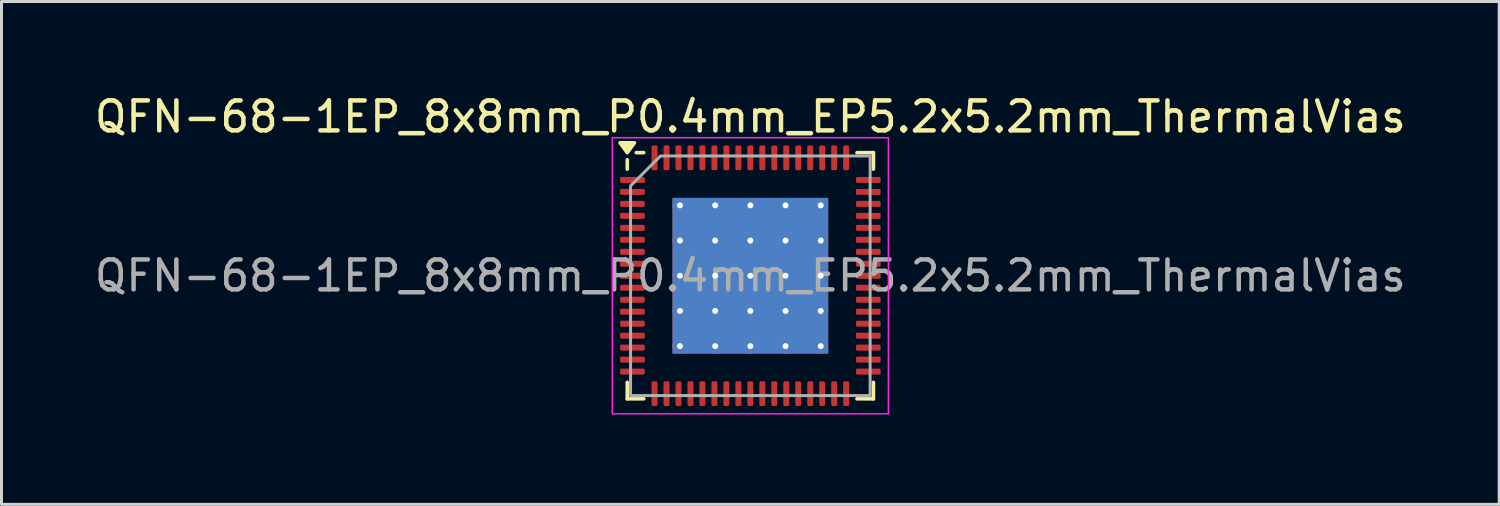
<source format=kicad_pcb>
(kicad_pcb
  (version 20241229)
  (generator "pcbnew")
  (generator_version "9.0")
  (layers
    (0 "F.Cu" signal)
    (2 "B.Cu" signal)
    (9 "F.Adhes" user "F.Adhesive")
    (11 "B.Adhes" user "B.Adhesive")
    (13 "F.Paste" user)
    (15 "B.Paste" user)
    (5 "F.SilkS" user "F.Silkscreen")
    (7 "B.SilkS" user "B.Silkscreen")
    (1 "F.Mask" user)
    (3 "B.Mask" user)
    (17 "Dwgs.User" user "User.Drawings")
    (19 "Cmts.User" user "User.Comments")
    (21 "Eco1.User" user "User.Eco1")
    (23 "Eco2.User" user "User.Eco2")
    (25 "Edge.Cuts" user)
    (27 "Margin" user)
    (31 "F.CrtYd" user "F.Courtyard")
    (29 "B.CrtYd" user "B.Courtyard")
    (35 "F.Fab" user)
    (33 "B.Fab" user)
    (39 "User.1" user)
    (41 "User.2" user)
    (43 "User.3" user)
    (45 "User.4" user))
  (footprint "QFN-68-1EP_8x8mm_P0.4mm_EP5.2x5.2mm_ThermalVias"
    (layer "F.Cu")
    (at 22.006 6.158)
    (property "Reference" "QFN-68-1EP_8x8mm_P0.4mm_EP5.2x5.2mm_ThermalVias" (at 0 -5.31 0) (layer "F.SilkS") (effects (font (size 1 1) (thickness 0.15))))
    (attr smd)
    (fp_line (start -4.11 -3.56) (end -4.11 -3.87) (stroke (width 0.12) (type solid)) (layer "F.SilkS"))
    (fp_line (start -4.11 4.11) (end -4.11 3.56) (stroke (width 0.12) (type solid)) (layer "F.SilkS"))
    (fp_line (start -3.56 -4.11) (end -3.81 -4.11) (stroke (width 0.12) (type solid)) (layer "F.SilkS"))
    (fp_line (start -3.56 4.11) (end -4.11 4.11) (stroke (width 0.12) (type solid)) (layer "F.SilkS"))
    (fp_line (start 3.56 -4.11) (end 4.11 -4.11) (stroke (width 0.12) (type solid)) (layer "F.SilkS"))
    (fp_line (start 3.56 4.11) (end 4.11 4.11) (stroke (width 0.12) (type solid)) (layer "F.SilkS"))
    (fp_line (start 4.11 -4.11) (end 4.11 -3.56) (stroke (width 0.12) (type solid)) (layer "F.SilkS"))
    (fp_line (start 4.11 4.11) (end 4.11 3.56) (stroke (width 0.12) (type solid)) (layer "F.SilkS"))
    (fp_poly (pts (xy -4.11 -4.11) (xy -4.35 -4.44) (xy -3.87 -4.44)) (stroke (width 0.12) (type solid)) (fill yes) (layer "F.SilkS"))
    (fp_rect (start -4.61 -4.61) (end 4.61 4.61) (stroke (width 0.05) (type solid)) (fill no) (layer "F.CrtYd"))
    (fp_poly (pts (xy -4 -3) (xy -4 4) (xy 4 4) (xy 4 -4) (xy -3 -4)) (stroke (width 0.1) (type solid)) (fill no) (layer "F.Fab"))
    (fp_text user "${REFERENCE}" (at 0 0 0) (layer "F.Fab") (effects (font (size 1 1) (thickness 0.15))))
    (pad "" smd roundrect (at -1.762 -1.762) (size 1.007 1.007) (layers "F.Paste") (roundrect_rratio 0.248))
    (pad "" smd roundrect (at -1.762 -0.588) (size 1.007 1.007) (layers "F.Paste") (roundrect_rratio 0.248))
    (pad "" smd roundrect (at -1.762 0.588) (size 1.007 1.007) (layers "F.Paste") (roundrect_rratio 0.248))
    (pad "" smd roundrect (at -1.762 1.762) (size 1.007 1.007) (layers "F.Paste") (roundrect_rratio 0.248))
    (pad "" smd roundrect (at -0.588 -1.762) (size 1.007 1.007) (layers "F.Paste") (roundrect_rratio 0.248))
    (pad "" smd roundrect (at -0.588 -0.588) (size 1.007 1.007) (layers "F.Paste") (roundrect_rratio 0.248))
    (pad "" smd roundrect (at -0.588 0.588) (size 1.007 1.007) (layers "F.Paste") (roundrect_rratio 0.248))
    (pad "" smd roundrect (at -0.588 1.762) (size 1.007 1.007) (layers "F.Paste") (roundrect_rratio 0.248))
    (pad "" smd roundrect (at 0.588 -1.762) (size 1.007 1.007) (layers "F.Paste") (roundrect_rratio 0.248))
    (pad "" smd roundrect (at 0.588 -0.588) (size 1.007 1.007) (layers "F.Paste") (roundrect_rratio 0.248))
    (pad "" smd roundrect (at 0.588 0.588) (size 1.007 1.007) (layers "F.Paste") (roundrect_rratio 0.248))
    (pad "" smd roundrect (at 0.588 1.762) (size 1.007 1.007) (layers "F.Paste") (roundrect_rratio 0.248))
    (pad "" smd roundrect (at 1.762 -1.762) (size 1.007 1.007) (layers "F.Paste") (roundrect_rratio 0.248))
    (pad "" smd roundrect (at 1.762 -0.588) (size 1.007 1.007) (layers "F.Paste") (roundrect_rratio 0.248))
    (pad "" smd roundrect (at 1.762 0.588) (size 1.007 1.007) (layers "F.Paste") (roundrect_rratio 0.248))
    (pad "" smd roundrect (at 1.762 1.762) (size 1.007 1.007) (layers "F.Paste") (roundrect_rratio 0.248))
    (pad "1" smd roundrect (at -3.938 -3.2) (size 0.825 0.2) (layers "F.Cu" "F.Mask" "F.Paste") (roundrect_rratio 0.25))
    (pad "2" smd roundrect (at -3.938 -2.8) (size 0.825 0.2) (layers "F.Cu" "F.Mask" "F.Paste") (roundrect_rratio 0.25))
    (pad "3" smd roundrect (at -3.938 -2.4) (size 0.825 0.2) (layers "F.Cu" "F.Mask" "F.Paste") (roundrect_rratio 0.25))
    (pad "4" smd roundrect (at -3.938 -2) (size 0.825 0.2) (layers "F.Cu" "F.Mask" "F.Paste") (roundrect_rratio 0.25))
    (pad "5" smd roundrect (at -3.938 -1.6) (size 0.825 0.2) (layers "F.Cu" "F.Mask" "F.Paste") (roundrect_rratio 0.25))
    (pad "6" smd roundrect (at -3.938 -1.2) (size 0.825 0.2) (layers "F.Cu" "F.Mask" "F.Paste") (roundrect_rratio 0.25))
    (pad "7" smd roundrect (at -3.938 -0.8) (size 0.825 0.2) (layers "F.Cu" "F.Mask" "F.Paste") (roundrect_rratio 0.25))
    (pad "8" smd roundrect (at -3.938 -0.4) (size 0.825 0.2) (layers "F.Cu" "F.Mask" "F.Paste") (roundrect_rratio 0.25))
    (pad "9" smd roundrect (at -3.938 0) (size 0.825 0.2) (layers "F.Cu" "F.Mask" "F.Paste") (roundrect_rratio 0.25))
    (pad "10" smd roundrect (at -3.938 0.4) (size 0.825 0.2) (layers "F.Cu" "F.Mask" "F.Paste") (roundrect_rratio 0.25))
    (pad "11" smd roundrect (at -3.938 0.8) (size 0.825 0.2) (layers "F.Cu" "F.Mask" "F.Paste") (roundrect_rratio 0.25))
    (pad "12" smd roundrect (at -3.938 1.2) (size 0.825 0.2) (layers "F.Cu" "F.Mask" "F.Paste") (roundrect_rratio 0.25))
    (pad "13" smd roundrect (at -3.938 1.6) (size 0.825 0.2) (layers "F.Cu" "F.Mask" "F.Paste") (roundrect_rratio 0.25))
    (pad "14" smd roundrect (at -3.938 2) (size 0.825 0.2) (layers "F.Cu" "F.Mask" "F.Paste") (roundrect_rratio 0.25))
    (pad "15" smd roundrect (at -3.938 2.4) (size 0.825 0.2) (layers "F.Cu" "F.Mask" "F.Paste") (roundrect_rratio 0.25))
    (pad "16" smd roundrect (at -3.938 2.8) (size 0.825 0.2) (layers "F.Cu" "F.Mask" "F.Paste") (roundrect_rratio 0.25))
    (pad "17" smd roundrect (at -3.938 3.2) (size 0.825 0.2) (layers "F.Cu" "F.Mask" "F.Paste") (roundrect_rratio 0.25))
    (pad "18" smd roundrect (at -3.2 3.938) (size 0.2 0.825) (layers "F.Cu" "F.Mask" "F.Paste") (roundrect_rratio 0.25))
    (pad "19" smd roundrect (at -2.8 3.938) (size 0.2 0.825) (layers "F.Cu" "F.Mask" "F.Paste") (roundrect_rratio 0.25))
    (pad "20" smd roundrect (at -2.4 3.938) (size 0.2 0.825) (layers "F.Cu" "F.Mask" "F.Paste") (roundrect_rratio 0.25))
    (pad "21" smd roundrect (at -2 3.938) (size 0.2 0.825) (layers "F.Cu" "F.Mask" "F.Paste") (roundrect_rratio 0.25))
    (pad "22" smd roundrect (at -1.6 3.938) (size 0.2 0.825) (layers "F.Cu" "F.Mask" "F.Paste") (roundrect_rratio 0.25))
    (pad "23" smd roundrect (at -1.2 3.938) (size 0.2 0.825) (layers "F.Cu" "F.Mask" "F.Paste") (roundrect_rratio 0.25))
    (pad "24" smd roundrect (at -0.8 3.938) (size 0.2 0.825) (layers "F.Cu" "F.Mask" "F.Paste") (roundrect_rratio 0.25))
    (pad "25" smd roundrect (at -0.4 3.938) (size 0.2 0.825) (layers "F.Cu" "F.Mask" "F.Paste") (roundrect_rratio 0.25))
    (pad "26" smd roundrect (at 0 3.938) (size 0.2 0.825) (layers "F.Cu" "F.Mask" "F.Paste") (roundrect_rratio 0.25))
    (pad "27" smd roundrect (at 0.4 3.938) (size 0.2 0.825) (layers "F.Cu" "F.Mask" "F.Paste") (roundrect_rratio 0.25))
    (pad "28" smd roundrect (at 0.8 3.938) (size 0.2 0.825) (layers "F.Cu" "F.Mask" "F.Paste") (roundrect_rratio 0.25))
    (pad "29" smd roundrect (at 1.2 3.938) (size 0.2 0.825) (layers "F.Cu" "F.Mask" "F.Paste") (roundrect_rratio 0.25))
    (pad "30" smd roundrect (at 1.6 3.938) (size 0.2 0.825) (layers "F.Cu" "F.Mask" "F.Paste") (roundrect_rratio 0.25))
    (pad "31" smd roundrect (at 2 3.938) (size 0.2 0.825) (layers "F.Cu" "F.Mask" "F.Paste") (roundrect_rratio 0.25))
    (pad "32" smd roundrect (at 2.4 3.938) (size 0.2 0.825) (layers "F.Cu" "F.Mask" "F.Paste") (roundrect_rratio 0.25))
    (pad "33" smd roundrect (at 2.8 3.938) (size 0.2 0.825) (layers "F.Cu" "F.Mask" "F.Paste") (roundrect_rratio 0.25))
    (pad "34" smd roundrect (at 3.2 3.938) (size 0.2 0.825) (layers "F.Cu" "F.Mask" "F.Paste") (roundrect_rratio 0.25))
    (pad "35" smd roundrect (at 3.938 3.2) (size 0.825 0.2) (layers "F.Cu" "F.Mask" "F.Paste") (roundrect_rratio 0.25))
    (pad "36" smd roundrect (at 3.938 2.8) (size 0.825 0.2) (layers "F.Cu" "F.Mask" "F.Paste") (roundrect_rratio 0.25))
    (pad "37" smd roundrect (at 3.938 2.4) (size 0.825 0.2) (layers "F.Cu" "F.Mask" "F.Paste") (roundrect_rratio 0.25))
    (pad "38" smd roundrect (at 3.938 2) (size 0.825 0.2) (layers "F.Cu" "F.Mask" "F.Paste") (roundrect_rratio 0.25))
    (pad "39" smd roundrect (at 3.938 1.6) (size 0.825 0.2) (layers "F.Cu" "F.Mask" "F.Paste") (roundrect_rratio 0.25))
    (pad "40" smd roundrect (at 3.938 1.2) (size 0.825 0.2) (layers "F.Cu" "F.Mask" "F.Paste") (roundrect_rratio 0.25))
    (pad "41" smd roundrect (at 3.938 0.8) (size 0.825 0.2) (layers "F.Cu" "F.Mask" "F.Paste") (roundrect_rratio 0.25))
    (pad "42" smd roundrect (at 3.938 0.4) (size 0.825 0.2) (layers "F.Cu" "F.Mask" "F.Paste") (roundrect_rratio 0.25))
    (pad "43" smd roundrect (at 3.938 0) (size 0.825 0.2) (layers "F.Cu" "F.Mask" "F.Paste") (roundrect_rratio 0.25))
    (pad "44" smd roundrect (at 3.938 -0.4) (size 0.825 0.2) (layers "F.Cu" "F.Mask" "F.Paste") (roundrect_rratio 0.25))
    (pad "45" smd roundrect (at 3.938 -0.8) (size 0.825 0.2) (layers "F.Cu" "F.Mask" "F.Paste") (roundrect_rratio 0.25))
    (pad "46" smd roundrect (at 3.938 -1.2) (size 0.825 0.2) (layers "F.Cu" "F.Mask" "F.Paste") (roundrect_rratio 0.25))
    (pad "47" smd roundrect (at 3.938 -1.6) (size 0.825 0.2) (layers "F.Cu" "F.Mask" "F.Paste") (roundrect_rratio 0.25))
    (pad "48" smd roundrect (at 3.938 -2) (size 0.825 0.2) (layers "F.Cu" "F.Mask" "F.Paste") (roundrect_rratio 0.25))
    (pad "49" smd roundrect (at 3.938 -2.4) (size 0.825 0.2) (layers "F.Cu" "F.Mask" "F.Paste") (roundrect_rratio 0.25))
    (pad "50" smd roundrect (at 3.938 -2.8) (size 0.825 0.2) (layers "F.Cu" "F.Mask" "F.Paste") (roundrect_rratio 0.25))
    (pad "51" smd roundrect (at 3.938 -3.2) (size 0.825 0.2) (layers "F.Cu" "F.Mask" "F.Paste") (roundrect_rratio 0.25))
    (pad "52" smd roundrect (at 3.2 -3.938) (size 0.2 0.825) (layers "F.Cu" "F.Mask" "F.Paste") (roundrect_rratio 0.25))
    (pad "53" smd roundrect (at 2.8 -3.938) (size 0.2 0.825) (layers "F.Cu" "F.Mask" "F.Paste") (roundrect_rratio 0.25))
    (pad "54" smd roundrect (at 2.4 -3.938) (size 0.2 0.825) (layers "F.Cu" "F.Mask" "F.Paste") (roundrect_rratio 0.25))
    (pad "55" smd roundrect (at 2 -3.938) (size 0.2 0.825) (layers "F.Cu" "F.Mask" "F.Paste") (roundrect_rratio 0.25))
    (pad "56" smd roundrect (at 1.6 -3.938) (size 0.2 0.825) (layers "F.Cu" "F.Mask" "F.Paste") (roundrect_rratio 0.25))
    (pad "57" smd roundrect (at 1.2 -3.938) (size 0.2 0.825) (layers "F.Cu" "F.Mask" "F.Paste") (roundrect_rratio 0.25))
    (pad "58" smd roundrect (at 0.8 -3.938) (size 0.2 0.825) (layers "F.Cu" "F.Mask" "F.Paste") (roundrect_rratio 0.25))
    (pad "59" smd roundrect (at 0.4 -3.938) (size 0.2 0.825) (layers "F.Cu" "F.Mask" "F.Paste") (roundrect_rratio 0.25))
    (pad "60" smd roundrect (at 0 -3.938) (size 0.2 0.825) (layers "F.Cu" "F.Mask" "F.Paste") (roundrect_rratio 0.25))
    (pad "61" smd roundrect (at -0.4 -3.938) (size 0.2 0.825) (layers "F.Cu" "F.Mask" "F.Paste") (roundrect_rratio 0.25))
    (pad "62" smd roundrect (at -0.8 -3.938) (size 0.2 0.825) (layers "F.Cu" "F.Mask" "F.Paste") (roundrect_rratio 0.25))
    (pad "63" smd roundrect (at -1.2 -3.938) (size 0.2 0.825) (layers "F.Cu" "F.Mask" "F.Paste") (roundrect_rratio 0.25))
    (pad "64" smd roundrect (at -1.6 -3.938) (size 0.2 0.825) (layers "F.Cu" "F.Mask" "F.Paste") (roundrect_rratio 0.25))
    (pad "65" smd roundrect (at -2 -3.938) (size 0.2 0.825) (layers "F.Cu" "F.Mask" "F.Paste") (roundrect_rratio 0.25))
    (pad "66" smd roundrect (at -2.4 -3.938) (size 0.2 0.825) (layers "F.Cu" "F.Mask" "F.Paste") (roundrect_rratio 0.25))
    (pad "67" smd roundrect (at -2.8 -3.938) (size 0.2 0.825) (layers "F.Cu" "F.Mask" "F.Paste") (roundrect_rratio 0.25))
    (pad "68" smd roundrect (at -3.2 -3.938) (size 0.2 0.825) (layers "F.Cu" "F.Mask" "F.Paste") (roundrect_rratio 0.25))
    (pad "69" thru_hole circle (at -2.35 -2.35) (size 0.5 0.5) (drill 0.2) (property pad_prop_heatsink) (layers "*.Cu"))
    (pad "69" thru_hole circle (at -2.35 -1.175) (size 0.5 0.5) (drill 0.2) (property pad_prop_heatsink) (layers "*.Cu"))
    (pad "69" thru_hole circle (at -2.35 0) (size 0.5 0.5) (drill 0.2) (property pad_prop_heatsink) (layers "*.Cu"))
    (pad "69" thru_hole circle (at -2.35 1.175) (size 0.5 0.5) (drill 0.2) (property pad_prop_heatsink) (layers "*.Cu"))
    (pad "69" thru_hole circle (at -2.35 2.35) (size 0.5 0.5) (drill 0.2) (property pad_prop_heatsink) (layers "*.Cu"))
    (pad "69" thru_hole circle (at -1.175 -2.35) (size 0.5 0.5) (drill 0.2) (property pad_prop_heatsink) (layers "*.Cu"))
    (pad "69" thru_hole circle (at -1.175 -1.175) (size 0.5 0.5) (drill 0.2) (property pad_prop_heatsink) (layers "*.Cu"))
    (pad "69" thru_hole circle (at -1.175 0) (size 0.5 0.5) (drill 0.2) (property pad_prop_heatsink) (layers "*.Cu"))
    (pad "69" thru_hole circle (at -1.175 1.175) (size 0.5 0.5) (drill 0.2) (property pad_prop_heatsink) (layers "*.Cu"))
    (pad "69" thru_hole circle (at -1.175 2.35) (size 0.5 0.5) (drill 0.2) (property pad_prop_heatsink) (layers "*.Cu"))
    (pad "69" thru_hole circle (at 0 -2.35) (size 0.5 0.5) (drill 0.2) (property pad_prop_heatsink) (layers "*.Cu"))
    (pad "69" thru_hole circle (at 0 -1.175) (size 0.5 0.5) (drill 0.2) (property pad_prop_heatsink) (layers "*.Cu"))
    (pad "69" thru_hole circle (at 0 0) (size 0.5 0.5) (drill 0.2) (property pad_prop_heatsink) (layers "*.Cu"))
    (pad "69" smd rect (at 0 0) (size 5.2 5.2) (property pad_prop_heatsink) (layers "F.Cu" "F.Mask"))
    (pad "69" smd rect (at 0 0) (size 5.2 5.2) (property pad_prop_heatsink) (layers "B.Cu"))
    (pad "69" thru_hole circle (at 0 1.175) (size 0.5 0.5) (drill 0.2) (property pad_prop_heatsink) (layers "*.Cu"))
    (pad "69" thru_hole circle (at 0 2.35) (size 0.5 0.5) (drill 0.2) (property pad_prop_heatsink) (layers "*.Cu"))
    (pad "69" thru_hole circle (at 1.175 -2.35) (size 0.5 0.5) (drill 0.2) (property pad_prop_heatsink) (layers "*.Cu"))
    (pad "69" thru_hole circle (at 1.175 -1.175) (size 0.5 0.5) (drill 0.2) (property pad_prop_heatsink) (layers "*.Cu"))
    (pad "69" thru_hole circle (at 1.175 0) (size 0.5 0.5) (drill 0.2) (property pad_prop_heatsink) (layers "*.Cu"))
    (pad "69" thru_hole circle (at 1.175 1.175) (size 0.5 0.5) (drill 0.2) (property pad_prop_heatsink) (layers "*.Cu"))
    (pad "69" thru_hole circle (at 1.175 2.35) (size 0.5 0.5) (drill 0.2) (property pad_prop_heatsink) (layers "*.Cu"))
    (pad "69" thru_hole circle (at 2.35 -2.35) (size 0.5 0.5) (drill 0.2) (property pad_prop_heatsink) (layers "*.Cu"))
    (pad "69" thru_hole circle (at 2.35 -1.175) (size 0.5 0.5) (drill 0.2) (property pad_prop_heatsink) (layers "*.Cu"))
    (pad "69" thru_hole circle (at 2.35 0) (size 0.5 0.5) (drill 0.2) (property pad_prop_heatsink) (layers "*.Cu"))
    (pad "69" thru_hole circle (at 2.35 1.175) (size 0.5 0.5) (drill 0.2) (property pad_prop_heatsink) (layers "*.Cu"))
    (pad "69" thru_hole circle (at 2.35 2.35) (size 0.5 0.5) (drill 0.2) (property pad_prop_heatsink) (layers "*.Cu")))
  (gr_rect
    (start -3 -3)
    (end 47.012 13.793)
    (stroke (width 0.1) (type default))
    (fill no)
    (layer "Edge.Cuts")))
</source>
